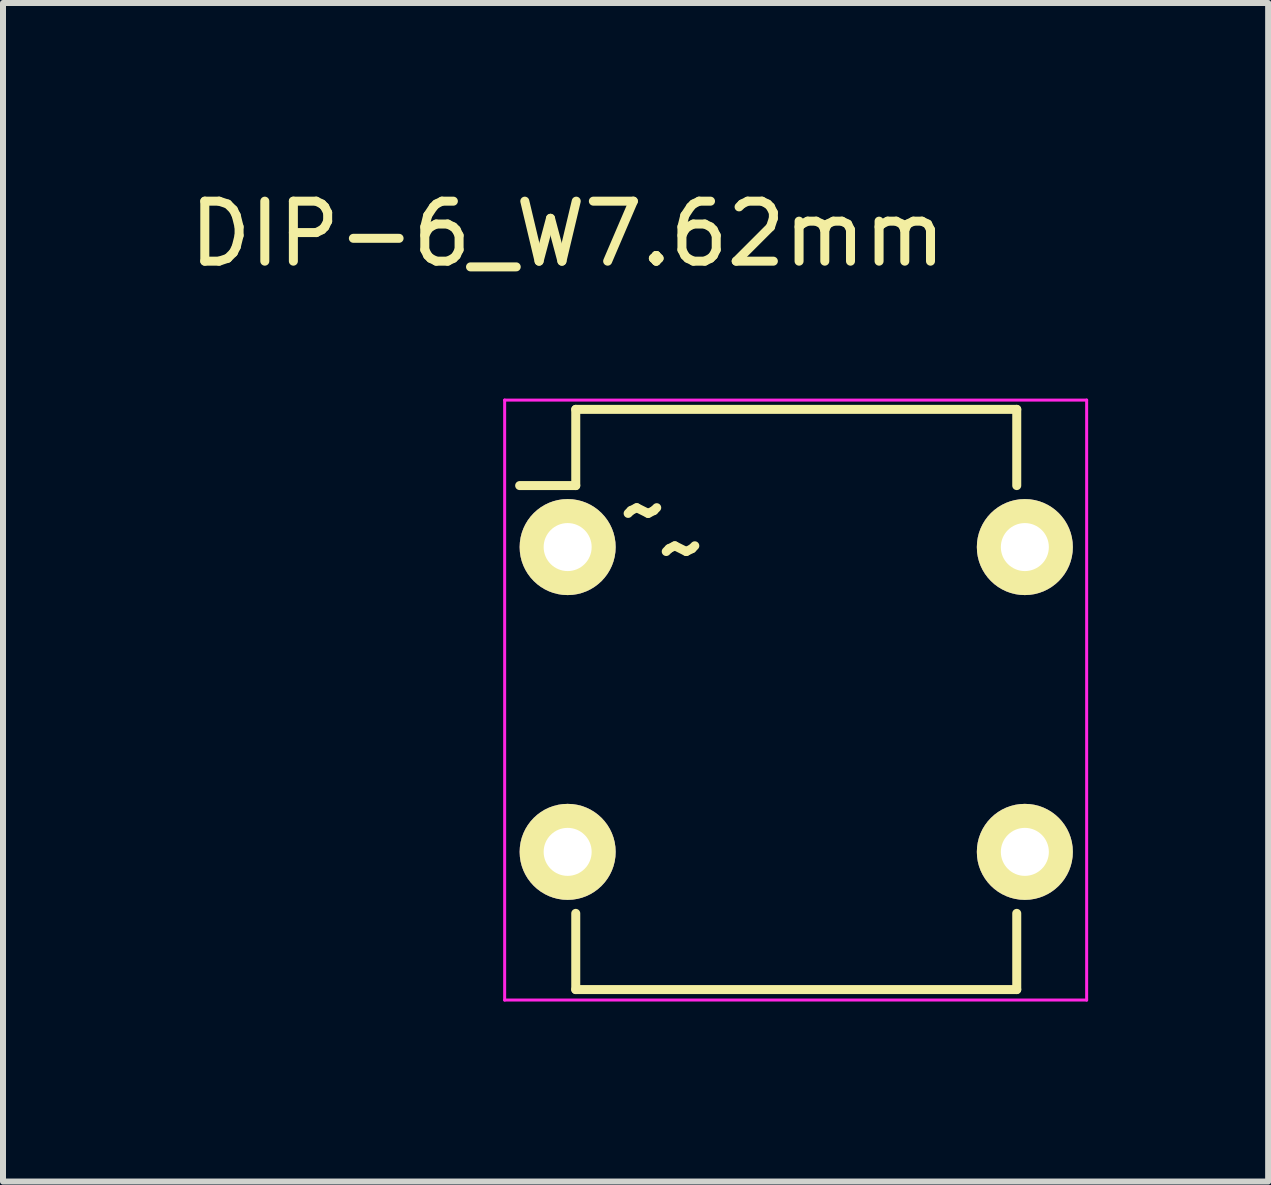
<source format=kicad_pcb>
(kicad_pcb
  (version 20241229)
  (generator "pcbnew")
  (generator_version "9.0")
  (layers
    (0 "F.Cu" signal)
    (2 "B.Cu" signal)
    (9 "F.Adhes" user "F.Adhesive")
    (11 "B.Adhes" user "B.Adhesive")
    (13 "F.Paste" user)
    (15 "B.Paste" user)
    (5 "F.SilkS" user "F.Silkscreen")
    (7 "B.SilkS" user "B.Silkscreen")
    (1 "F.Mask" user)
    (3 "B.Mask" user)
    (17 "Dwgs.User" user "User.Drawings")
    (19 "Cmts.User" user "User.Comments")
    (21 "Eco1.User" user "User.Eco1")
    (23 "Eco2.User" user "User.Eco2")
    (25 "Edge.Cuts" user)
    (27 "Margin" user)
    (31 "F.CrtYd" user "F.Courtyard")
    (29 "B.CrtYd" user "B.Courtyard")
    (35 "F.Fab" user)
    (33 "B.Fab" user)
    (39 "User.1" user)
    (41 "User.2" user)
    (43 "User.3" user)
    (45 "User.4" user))
  (footprint "DIP-6_W7.62mm"
    (layer "F.Cu")
    (at 6.411 6.068)
    (property "Reference" "DIP-6_W7.62mm" (at 0 -5.22 0) (layer "F.SilkS") (effects (font (size 1 1) (thickness 0.15))))
    (attr through_hole)
    (fp_line (start 0.135 -2.295) (end 0.135 -1.025) (stroke (width 0.15) (type solid)) (layer "F.SilkS"))
    (fp_line (start 0.135 -2.295) (end 7.485 -2.295) (stroke (width 0.15) (type solid)) (layer "F.SilkS"))
    (fp_line (start 0.135 -1.025) (end -0.8 -1.025) (stroke (width 0.15) (type solid)) (layer "F.SilkS"))
    (fp_line (start 0.135 7.375) (end 0.135 6.105) (stroke (width 0.15) (type solid)) (layer "F.SilkS"))
    (fp_line (start 0.135 7.375) (end 7.485 7.375) (stroke (width 0.15) (type solid)) (layer "F.SilkS"))
    (fp_line (start 7.485 -2.295) (end 7.485 -1.025) (stroke (width 0.15) (type solid)) (layer "F.SilkS"))
    (fp_line (start 7.485 7.375) (end 7.485 6.105) (stroke (width 0.15) (type solid)) (layer "F.SilkS"))
    (fp_line (start -1.05 -2.45) (end -1.05 7.55) (stroke (width 0.05) (type solid)) (layer "F.CrtYd"))
    (fp_line (start -1.05 -2.45) (end 8.65 -2.45) (stroke (width 0.05) (type solid)) (layer "F.CrtYd"))
    (fp_line (start -1.05 7.55) (end 8.65 7.55) (stroke (width 0.05) (type solid)) (layer "F.CrtYd"))
    (fp_line (start 8.65 -2.45) (end 8.65 7.55) (stroke (width 0.05) (type solid)) (layer "F.CrtYd"))
    (fp_text user "~" (at 1.27 -0.635 0) (layer "F.SilkS") (effects (font (size 1 1) (thickness 0.15))))
    (fp_text user "~" (at 1.905 0 0) (layer "F.SilkS") (effects (font (size 1 1) (thickness 0.15))))
    (pad "1" thru_hole oval (at 0 0) (size 1.6 1.6) (drill 0.8) (layers "*.Cu" "*.Mask" "F.SilkS"))
    (pad "2" thru_hole oval (at 0 5.08) (size 1.6 1.6) (drill 0.8) (layers "*.Cu" "*.Mask" "F.SilkS"))
    (pad "3" thru_hole oval (at 7.62 5.08) (size 1.6 1.6) (drill 0.8) (layers "*.Cu" "*.Mask" "F.SilkS"))
    (pad "4" thru_hole oval (at 7.62 0) (size 1.6 1.6) (drill 0.8) (layers "*.Cu" "*.Mask" "F.SilkS")))
  (gr_rect
    (start -3 -3)
    (end 18.086 16.643)
    (stroke (width 0.1) (type default))
    (fill no)
    (layer "Edge.Cuts")))
</source>
